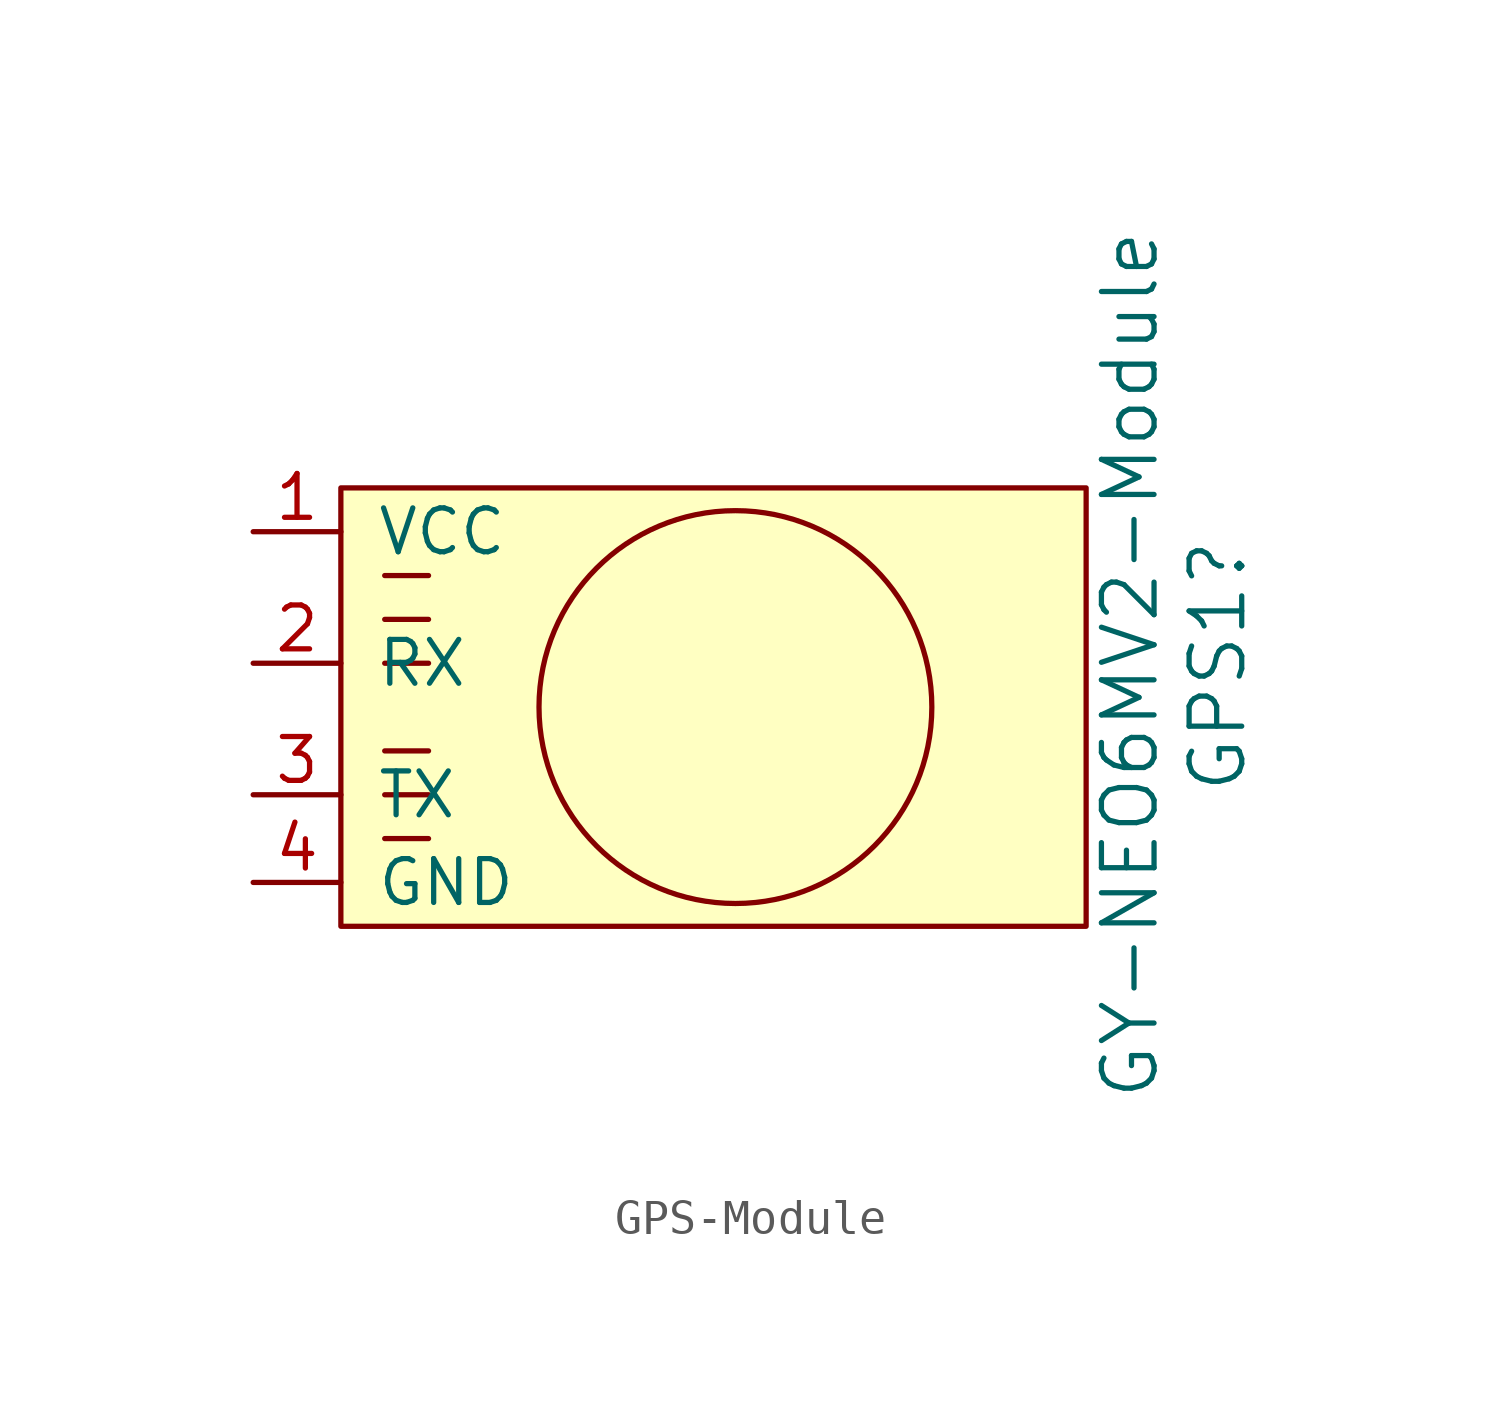
<source format=kicad_sym>
(kicad_symbol_lib
  (version 20220914)
  (generator kicad_symbol_editor)
  (symbol "GPS-Module"
    (pin_names
      (offset 1.016))
    (property "Reference" "GPS1"
      (at 13.97 -1.27 90)
      (effects (font (size 1.524 1.524)) (justify left)))
    (property "Value" "GY-NEO6MV2-Module"
      (at 11.43 -10.16 90)
      (effects (font (size 1.524 1.524)) (justify left)))
    (symbol "GPS-Module_0_1"
      (rectangle (start -11.43 7.62) (end 10.16 -5.08) (stroke (width 0) (type default)) (fill (type background)))
      (polyline (pts (xy -10.16 -2.54) (xy -8.89 -2.54)) (stroke (width 0) (type default)) (fill (type none)))
      (polyline (pts (xy -10.16 -1.27) (xy -8.89 -1.27)) (stroke (width 0) (type default)) (fill (type none)))
      (polyline (pts (xy -10.16 0) (xy -8.89 0)) (stroke (width 0) (type default)) (fill (type none)))
      (polyline (pts (xy -10.16 2.54) (xy -8.89 2.54)) (stroke (width 0) (type default)) (fill (type none)))
      (polyline (pts (xy -10.16 3.81) (xy -8.89 3.81)) (stroke (width 0) (type default)) (fill (type none)))
      (polyline (pts (xy -10.16 5.08) (xy -8.89 5.08)) (stroke (width 0) (type default)) (fill (type none)))
      (circle (center 0 1.27) (radius 5.69) (stroke (width 0) (type default)) (fill (type none))))
    (symbol "GPS-Module_1_1"
      (pin power_in line (at -13.97 6.35 0) (length 2.54) (name "VCC" (effects (font (size 1.27 1.27)))) (number "1" (effects (font (size 1.27 1.27)))))
      (pin bidirectional line (at -13.97 2.54 0) (length 2.54) (name "RX" (effects (font (size 1.27 1.27)))) (number "2" (effects (font (size 1.27 1.27)))))
      (pin bidirectional line (at -13.97 -1.27 0) (length 2.54) (name "TX" (effects (font (size 1.27 1.27)))) (number "3" (effects (font (size 1.27 1.27)))))
      (pin power_in line (at -13.97 -3.81 0) (length 2.54) (name "GND" (effects (font (size 1.27 1.27)))) (number "4" (effects (font (size 1.27 1.27))))))))
</source>
